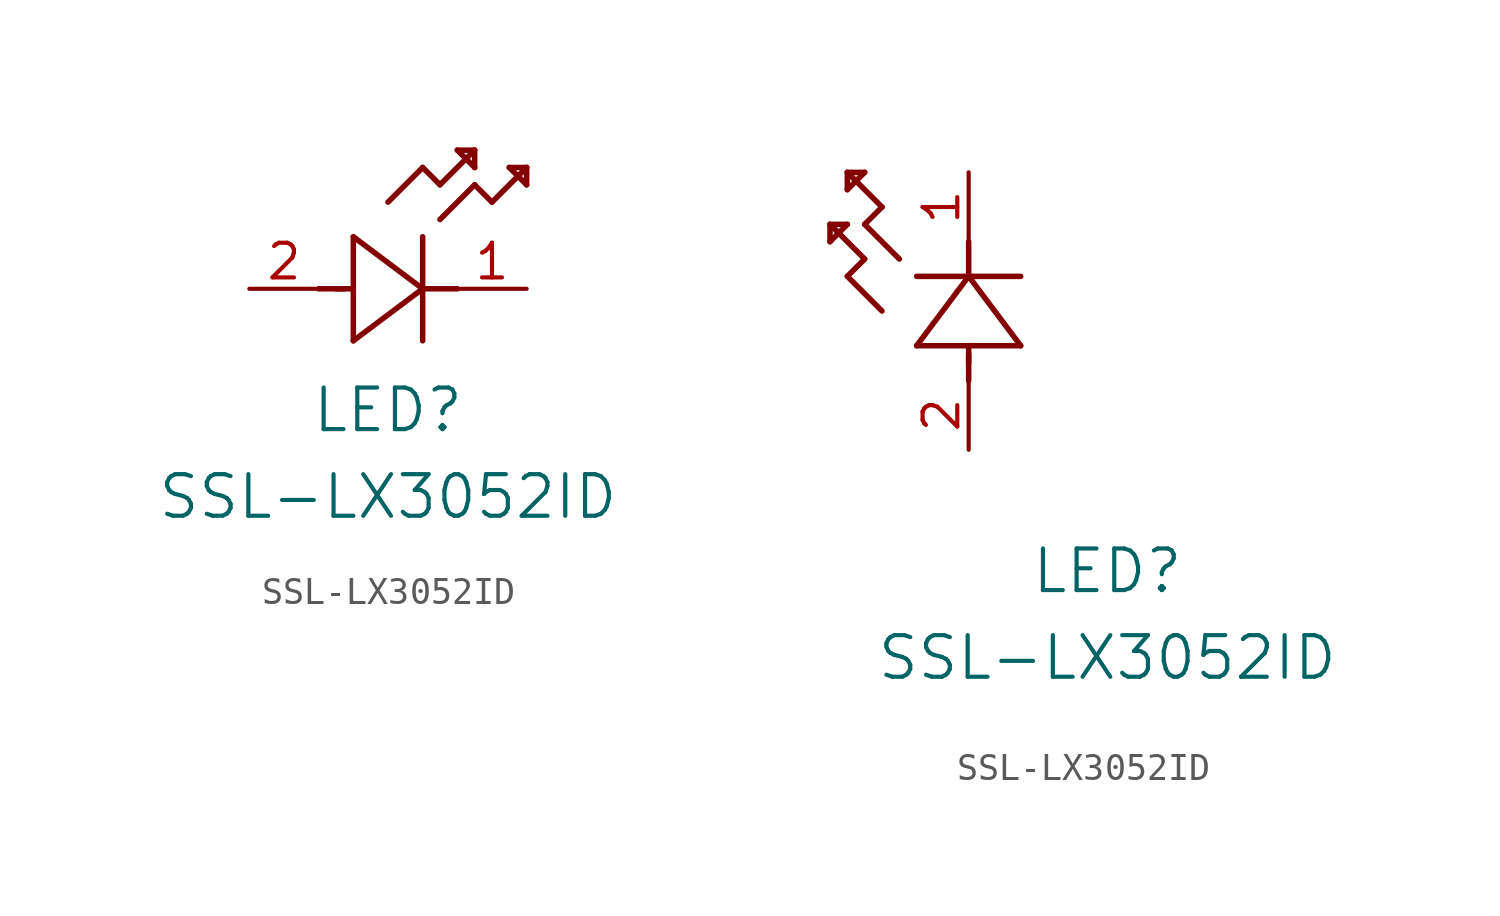
<source format=kicad_sym>
(kicad_symbol_lib
  (version 20211014)
  (generator kicad_symbol_editor)
  (symbol "SSL-LX3052ID"
    (pin_names
      (offset 0.254))
    (property "Reference" "LED"
      (at 5.08 -4.445 0)
      (effects (font (size 1.524 1.524))))
    (property "Value" "SSL-LX3052ID"
      (at 5.08 -7.62 0)
      (effects (font (size 1.524 1.524))))
    (symbol "SSL-LX3052ID_1_1"
      (polyline (pts (xy 2.54 0) (xy 3.48 0)) (stroke (width 0.203) (type default) (color 0 0 0 0)) (fill (type none)))
      (polyline (pts (xy 3.81 1.905) (xy 3.81 -1.905)) (stroke (width 0.203) (type default) (color 0 0 0 0)) (fill (type none)))
      (polyline (pts (xy 3.175 0) (xy 3.81 0)) (stroke (width 0.203) (type default) (color 0 0 0 0)) (fill (type none)))
      (polyline (pts (xy 6.35 -1.905) (xy 6.35 1.905)) (stroke (width 0.203) (type default) (color 0 0 0 0)) (fill (type none)))
      (polyline (pts (xy 6.35 0) (xy 7.62 0)) (stroke (width 0.203) (type default) (color 0 0 0 0)) (fill (type none)))
      (polyline (pts (xy 6.35 4.445) (xy 6.985 3.81)) (stroke (width 0.203) (type default) (color 0 0 0 0)) (fill (type none)))
      (polyline (pts (xy 6.985 3.81) (xy 8.255 5.08)) (stroke (width 0.203) (type default) (color 0 0 0 0)) (fill (type none)))
      (polyline (pts (xy 8.255 3.81) (xy 8.89 3.175)) (stroke (width 0.203) (type default) (color 0 0 0 0)) (fill (type none)))
      (polyline (pts (xy 8.89 3.175) (xy 10.16 4.445)) (stroke (width 0.203) (type default) (color 0 0 0 0)) (fill (type none)))
      (polyline (pts (xy 8.255 5.08) (xy 7.62 5.08)) (stroke (width 0.203) (type default) (color 0 0 0 0)) (fill (type none)))
      (polyline (pts (xy 7.62 5.08) (xy 8.255 4.445)) (stroke (width 0.203) (type default) (color 0 0 0 0)) (fill (type none)))
      (polyline (pts (xy 8.255 4.445) (xy 8.255 5.08)) (stroke (width 0.203) (type default) (color 0 0 0 0)) (fill (type none)))
      (polyline (pts (xy 10.16 4.445) (xy 9.525 4.445)) (stroke (width 0.203) (type default) (color 0 0 0 0)) (fill (type none)))
      (polyline (pts (xy 9.525 4.445) (xy 10.16 3.81)) (stroke (width 0.203) (type default) (color 0 0 0 0)) (fill (type none)))
      (polyline (pts (xy 10.16 3.81) (xy 10.16 4.445)) (stroke (width 0.203) (type default) (color 0 0 0 0)) (fill (type none)))
      (polyline (pts (xy 6.985 2.54) (xy 8.255 3.81)) (stroke (width 0.203) (type default) (color 0 0 0 0)) (fill (type none)))
      (polyline (pts (xy 6.35 0) (xy 3.81 1.905)) (stroke (width 0.203) (type default) (color 0 0 0 0)) (fill (type none)))
      (polyline (pts (xy 3.81 -1.905) (xy 6.35 0)) (stroke (width 0.203) (type default) (color 0 0 0 0)) (fill (type none)))
      (polyline (pts (xy 5.08 3.175) (xy 6.35 4.445)) (stroke (width 0.203) (type default) (color 0 0 0 0)) (fill (type none)))
      (pin unspecified line (at 10.16 0 180) (length 2.54) (name "" (effects (font (size 1.27 1.27)))) (number "1" (effects (font (size 1.27 1.27)))))
      (pin unspecified line (at 0 0 0) (length 2.54) (name "" (effects (font (size 1.27 1.27)))) (number "2" (effects (font (size 1.27 1.27))))))
    (symbol "SSL-LX3052ID_1_2"
      (polyline (pts (xy 0 2.54) (xy 0 3.48)) (stroke (width 0.203) (type default) (color 0 0 0 0)) (fill (type none)))
      (polyline (pts (xy -1.905 3.81) (xy 1.905 3.81)) (stroke (width 0.203) (type default) (color 0 0 0 0)) (fill (type none)))
      (polyline (pts (xy 0 3.175) (xy 0 3.81)) (stroke (width 0.203) (type default) (color 0 0 0 0)) (fill (type none)))
      (polyline (pts (xy 1.905 6.35) (xy -1.905 6.35)) (stroke (width 0.203) (type default) (color 0 0 0 0)) (fill (type none)))
      (polyline (pts (xy 0 6.35) (xy 0 7.62)) (stroke (width 0.203) (type default) (color 0 0 0 0)) (fill (type none)))
      (polyline (pts (xy 0 6.35) (xy -1.905 3.81)) (stroke (width 0.203) (type default) (color 0 0 0 0)) (fill (type none)))
      (polyline (pts (xy 1.905 3.81) (xy 0 6.35)) (stroke (width 0.203) (type default) (color 0 0 0 0)) (fill (type none)))
      (polyline (pts (xy -4.445 6.35) (xy -3.81 6.985)) (stroke (width 0.203) (type default) (color 0 0 0 0)) (fill (type none)))
      (polyline (pts (xy -2.54 6.985) (xy -3.81 8.255)) (stroke (width 0.203) (type default) (color 0 0 0 0)) (fill (type none)))
      (polyline (pts (xy -3.175 5.08) (xy -4.445 6.35)) (stroke (width 0.203) (type default) (color 0 0 0 0)) (fill (type none)))
      (polyline (pts (xy -4.445 10.16) (xy -4.445 9.525)) (stroke (width 0.203) (type default) (color 0 0 0 0)) (fill (type none)))
      (polyline (pts (xy -4.445 9.525) (xy -3.81 10.16)) (stroke (width 0.203) (type default) (color 0 0 0 0)) (fill (type none)))
      (polyline (pts (xy -3.81 10.16) (xy -4.445 10.16)) (stroke (width 0.203) (type default) (color 0 0 0 0)) (fill (type none)))
      (polyline (pts (xy -3.81 8.255) (xy -3.175 8.89)) (stroke (width 0.203) (type default) (color 0 0 0 0)) (fill (type none)))
      (polyline (pts (xy -3.175 8.89) (xy -4.445 10.16)) (stroke (width 0.203) (type default) (color 0 0 0 0)) (fill (type none)))
      (polyline (pts (xy -3.81 6.985) (xy -5.08 8.255)) (stroke (width 0.203) (type default) (color 0 0 0 0)) (fill (type none)))
      (polyline (pts (xy -5.08 8.255) (xy -5.08 7.62)) (stroke (width 0.203) (type default) (color 0 0 0 0)) (fill (type none)))
      (polyline (pts (xy -5.08 7.62) (xy -4.445 8.255)) (stroke (width 0.203) (type default) (color 0 0 0 0)) (fill (type none)))
      (polyline (pts (xy -4.445 8.255) (xy -5.08 8.255)) (stroke (width 0.203) (type default) (color 0 0 0 0)) (fill (type none)))
      (pin unspecified line (at 0 10.16 270) (length 2.54) (name "" (effects (font (size 1.27 1.27)))) (number "1" (effects (font (size 1.27 1.27)))))
      (pin unspecified line (at 0 0 90) (length 2.54) (name "" (effects (font (size 1.27 1.27)))) (number "2" (effects (font (size 1.27 1.27))))))))
</source>
